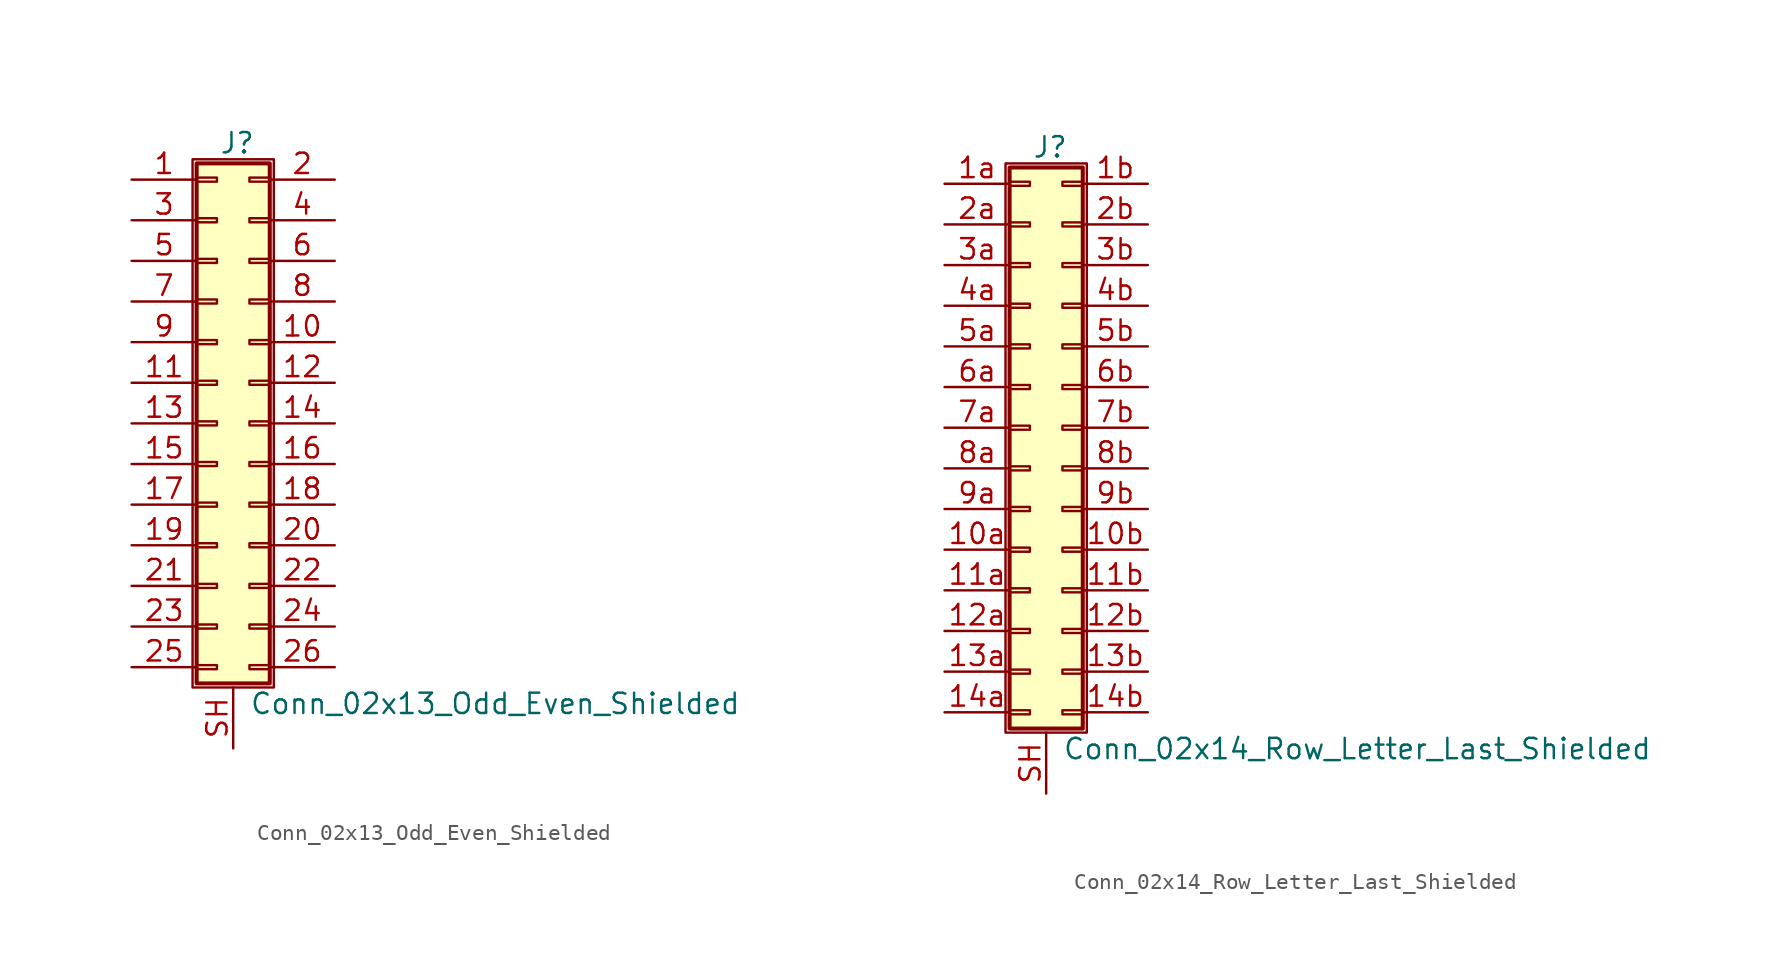
<source format=kicad_sym>
(kicad_symbol_lib
  (version 20201005)
  (generator kicad_symbol_editor)
  (symbol "Conn_02x13_Odd_Even_Shielded"
    (pin_names
      (offset 1.016) hide)
    (property "Reference" "J"
      (at 1.524 17.526 0)
      (effects (font (size 1.27 1.27))))
    (property "Value" "Conn_02x13_Odd_Even_Shielded"
      (at 2.286 -17.526 0)
      (effects (font (size 1.27 1.27)) (justify left)))
    (symbol "Conn_02x13_Odd_Even_Shielded_1_1"
      (rectangle (start -1.27 16.51) (end 3.81 -16.51) (stroke (width 0.152)) (fill (type none)))
      (rectangle (start -1.016 -15.113) (end 0.254 -15.367) (stroke (width 0.152)) (fill (type none)))
      (rectangle (start -1.016 -12.573) (end 0.254 -12.827) (stroke (width 0.152)) (fill (type none)))
      (rectangle (start -1.016 -10.033) (end 0.254 -10.287) (stroke (width 0.152)) (fill (type none)))
      (rectangle (start -1.016 -7.493) (end 0.254 -7.747) (stroke (width 0.152)) (fill (type none)))
      (rectangle (start -1.016 -4.953) (end 0.254 -5.207) (stroke (width 0.152)) (fill (type none)))
      (rectangle (start -1.016 -2.413) (end 0.254 -2.667) (stroke (width 0.152)) (fill (type none)))
      (rectangle (start -1.016 0.127) (end 0.254 -0.127) (stroke (width 0.152)) (fill (type none)))
      (rectangle (start -1.016 2.667) (end 0.254 2.413) (stroke (width 0.152)) (fill (type none)))
      (rectangle (start -1.016 5.207) (end 0.254 4.953) (stroke (width 0.152)) (fill (type none)))
      (rectangle (start -1.016 7.747) (end 0.254 7.493) (stroke (width 0.152)) (fill (type none)))
      (rectangle (start -1.016 10.287) (end 0.254 10.033) (stroke (width 0.152)) (fill (type none)))
      (rectangle (start -1.016 12.827) (end 0.254 12.573) (stroke (width 0.152)) (fill (type none)))
      (rectangle (start -1.016 15.367) (end 0.254 15.113) (stroke (width 0.152)) (fill (type none)))
      (rectangle (start 3.556 -15.113) (end 2.286 -15.367) (stroke (width 0.152)) (fill (type none)))
      (rectangle (start 3.556 -12.573) (end 2.286 -12.827) (stroke (width 0.152)) (fill (type none)))
      (rectangle (start 3.556 -10.033) (end 2.286 -10.287) (stroke (width 0.152)) (fill (type none)))
      (rectangle (start 3.556 -7.493) (end 2.286 -7.747) (stroke (width 0.152)) (fill (type none)))
      (rectangle (start 3.556 -4.953) (end 2.286 -5.207) (stroke (width 0.152)) (fill (type none)))
      (rectangle (start 3.556 -2.413) (end 2.286 -2.667) (stroke (width 0.152)) (fill (type none)))
      (rectangle (start 3.556 0.127) (end 2.286 -0.127) (stroke (width 0.152)) (fill (type none)))
      (rectangle (start 3.556 2.667) (end 2.286 2.413) (stroke (width 0.152)) (fill (type none)))
      (rectangle (start 3.556 5.207) (end 2.286 4.953) (stroke (width 0.152)) (fill (type none)))
      (rectangle (start 3.556 7.747) (end 2.286 7.493) (stroke (width 0.152)) (fill (type none)))
      (rectangle (start 3.556 10.287) (end 2.286 10.033) (stroke (width 0.152)) (fill (type none)))
      (rectangle (start 3.556 12.827) (end 2.286 12.573) (stroke (width 0.152)) (fill (type none)))
      (rectangle (start 3.556 15.367) (end 2.286 15.113) (stroke (width 0.152)) (fill (type none)))
      (rectangle (start -1.016 16.256) (end 3.556 -16.256) (stroke (width 0.254)) (fill (type background)))
      (pin passive line (at -5.08 15.24 0) (length 4.064) (name "Pin_1" (effects (font (size 1.27 1.27)))) (number "1" (effects (font (size 1.27 1.27)))))
      (pin passive line (at 7.62 5.08 180) (length 4.064) (name "Pin_10" (effects (font (size 1.27 1.27)))) (number "10" (effects (font (size 1.27 1.27)))))
      (pin passive line (at -5.08 2.54 0) (length 4.064) (name "Pin_11" (effects (font (size 1.27 1.27)))) (number "11" (effects (font (size 1.27 1.27)))))
      (pin passive line (at 7.62 2.54 180) (length 4.064) (name "Pin_12" (effects (font (size 1.27 1.27)))) (number "12" (effects (font (size 1.27 1.27)))))
      (pin passive line (at -5.08 0 0) (length 4.064) (name "Pin_13" (effects (font (size 1.27 1.27)))) (number "13" (effects (font (size 1.27 1.27)))))
      (pin passive line (at 7.62 0 180) (length 4.064) (name "Pin_14" (effects (font (size 1.27 1.27)))) (number "14" (effects (font (size 1.27 1.27)))))
      (pin passive line (at -5.08 -2.54 0) (length 4.064) (name "Pin_15" (effects (font (size 1.27 1.27)))) (number "15" (effects (font (size 1.27 1.27)))))
      (pin passive line (at 7.62 -2.54 180) (length 4.064) (name "Pin_16" (effects (font (size 1.27 1.27)))) (number "16" (effects (font (size 1.27 1.27)))))
      (pin passive line (at -5.08 -5.08 0) (length 4.064) (name "Pin_17" (effects (font (size 1.27 1.27)))) (number "17" (effects (font (size 1.27 1.27)))))
      (pin passive line (at 7.62 -5.08 180) (length 4.064) (name "Pin_18" (effects (font (size 1.27 1.27)))) (number "18" (effects (font (size 1.27 1.27)))))
      (pin passive line (at -5.08 -7.62 0) (length 4.064) (name "Pin_19" (effects (font (size 1.27 1.27)))) (number "19" (effects (font (size 1.27 1.27)))))
      (pin passive line (at 7.62 15.24 180) (length 4.064) (name "Pin_2" (effects (font (size 1.27 1.27)))) (number "2" (effects (font (size 1.27 1.27)))))
      (pin passive line (at 7.62 -7.62 180) (length 4.064) (name "Pin_20" (effects (font (size 1.27 1.27)))) (number "20" (effects (font (size 1.27 1.27)))))
      (pin passive line (at -5.08 -10.16 0) (length 4.064) (name "Pin_21" (effects (font (size 1.27 1.27)))) (number "21" (effects (font (size 1.27 1.27)))))
      (pin passive line (at 7.62 -10.16 180) (length 4.064) (name "Pin_22" (effects (font (size 1.27 1.27)))) (number "22" (effects (font (size 1.27 1.27)))))
      (pin passive line (at -5.08 -12.7 0) (length 4.064) (name "Pin_23" (effects (font (size 1.27 1.27)))) (number "23" (effects (font (size 1.27 1.27)))))
      (pin passive line (at 7.62 -12.7 180) (length 4.064) (name "Pin_24" (effects (font (size 1.27 1.27)))) (number "24" (effects (font (size 1.27 1.27)))))
      (pin passive line (at -5.08 -15.24 0) (length 4.064) (name "Pin_25" (effects (font (size 1.27 1.27)))) (number "25" (effects (font (size 1.27 1.27)))))
      (pin passive line (at 7.62 -15.24 180) (length 4.064) (name "Pin_26" (effects (font (size 1.27 1.27)))) (number "26" (effects (font (size 1.27 1.27)))))
      (pin passive line (at -5.08 12.7 0) (length 4.064) (name "Pin_3" (effects (font (size 1.27 1.27)))) (number "3" (effects (font (size 1.27 1.27)))))
      (pin passive line (at 7.62 12.7 180) (length 4.064) (name "Pin_4" (effects (font (size 1.27 1.27)))) (number "4" (effects (font (size 1.27 1.27)))))
      (pin passive line (at -5.08 10.16 0) (length 4.064) (name "Pin_5" (effects (font (size 1.27 1.27)))) (number "5" (effects (font (size 1.27 1.27)))))
      (pin passive line (at 7.62 10.16 180) (length 4.064) (name "Pin_6" (effects (font (size 1.27 1.27)))) (number "6" (effects (font (size 1.27 1.27)))))
      (pin passive line (at -5.08 7.62 0) (length 4.064) (name "Pin_7" (effects (font (size 1.27 1.27)))) (number "7" (effects (font (size 1.27 1.27)))))
      (pin passive line (at 7.62 7.62 180) (length 4.064) (name "Pin_8" (effects (font (size 1.27 1.27)))) (number "8" (effects (font (size 1.27 1.27)))))
      (pin passive line (at -5.08 5.08 0) (length 4.064) (name "Pin_9" (effects (font (size 1.27 1.27)))) (number "9" (effects (font (size 1.27 1.27)))))
      (pin passive line (at 1.27 -20.32 90) (length 3.81) (name "Shield" (effects (font (size 1.27 1.27)))) (number "SH" (effects (font (size 1.27 1.27)))))))
  (symbol "Conn_02x14_Row_Letter_Last_Shielded"
    (pin_names
      (offset 1.016) hide)
    (property "Reference" "J"
      (at 1.524 17.526 0)
      (effects (font (size 1.27 1.27))))
    (property "Value" "Conn_02x14_Row_Letter_Last_Shielded"
      (at 2.286 -20.066 0)
      (effects (font (size 1.27 1.27)) (justify left)))
    (symbol "Conn_02x14_Row_Letter_Last_Shielded_1_1"
      (rectangle (start -1.27 16.51) (end 3.81 -19.05) (stroke (width 0.152)) (fill (type none)))
      (rectangle (start -1.016 -17.653) (end 0.254 -17.907) (stroke (width 0.152)) (fill (type none)))
      (rectangle (start -1.016 -15.113) (end 0.254 -15.367) (stroke (width 0.152)) (fill (type none)))
      (rectangle (start -1.016 -12.573) (end 0.254 -12.827) (stroke (width 0.152)) (fill (type none)))
      (rectangle (start -1.016 -10.033) (end 0.254 -10.287) (stroke (width 0.152)) (fill (type none)))
      (rectangle (start -1.016 -7.493) (end 0.254 -7.747) (stroke (width 0.152)) (fill (type none)))
      (rectangle (start -1.016 -4.953) (end 0.254 -5.207) (stroke (width 0.152)) (fill (type none)))
      (rectangle (start -1.016 -2.413) (end 0.254 -2.667) (stroke (width 0.152)) (fill (type none)))
      (rectangle (start -1.016 0.127) (end 0.254 -0.127) (stroke (width 0.152)) (fill (type none)))
      (rectangle (start -1.016 2.667) (end 0.254 2.413) (stroke (width 0.152)) (fill (type none)))
      (rectangle (start -1.016 5.207) (end 0.254 4.953) (stroke (width 0.152)) (fill (type none)))
      (rectangle (start -1.016 7.747) (end 0.254 7.493) (stroke (width 0.152)) (fill (type none)))
      (rectangle (start -1.016 10.287) (end 0.254 10.033) (stroke (width 0.152)) (fill (type none)))
      (rectangle (start -1.016 12.827) (end 0.254 12.573) (stroke (width 0.152)) (fill (type none)))
      (rectangle (start -1.016 15.367) (end 0.254 15.113) (stroke (width 0.152)) (fill (type none)))
      (rectangle (start 3.556 -17.653) (end 2.286 -17.907) (stroke (width 0.152)) (fill (type none)))
      (rectangle (start 3.556 -15.113) (end 2.286 -15.367) (stroke (width 0.152)) (fill (type none)))
      (rectangle (start 3.556 -12.573) (end 2.286 -12.827) (stroke (width 0.152)) (fill (type none)))
      (rectangle (start 3.556 -10.033) (end 2.286 -10.287) (stroke (width 0.152)) (fill (type none)))
      (rectangle (start 3.556 -7.493) (end 2.286 -7.747) (stroke (width 0.152)) (fill (type none)))
      (rectangle (start 3.556 -4.953) (end 2.286 -5.207) (stroke (width 0.152)) (fill (type none)))
      (rectangle (start 3.556 -2.413) (end 2.286 -2.667) (stroke (width 0.152)) (fill (type none)))
      (rectangle (start 3.556 0.127) (end 2.286 -0.127) (stroke (width 0.152)) (fill (type none)))
      (rectangle (start 3.556 2.667) (end 2.286 2.413) (stroke (width 0.152)) (fill (type none)))
      (rectangle (start 3.556 5.207) (end 2.286 4.953) (stroke (width 0.152)) (fill (type none)))
      (rectangle (start 3.556 7.747) (end 2.286 7.493) (stroke (width 0.152)) (fill (type none)))
      (rectangle (start 3.556 10.287) (end 2.286 10.033) (stroke (width 0.152)) (fill (type none)))
      (rectangle (start 3.556 12.827) (end 2.286 12.573) (stroke (width 0.152)) (fill (type none)))
      (rectangle (start 3.556 15.367) (end 2.286 15.113) (stroke (width 0.152)) (fill (type none)))
      (rectangle (start -1.016 16.256) (end 3.556 -18.796) (stroke (width 0.254)) (fill (type background)))
      (pin passive line (at -5.08 -7.62 0) (length 4.064) (name "Pin_10a" (effects (font (size 1.27 1.27)))) (number "10a" (effects (font (size 1.27 1.27)))))
      (pin passive line (at 7.62 -7.62 180) (length 4.064) (name "Pin_10b" (effects (font (size 1.27 1.27)))) (number "10b" (effects (font (size 1.27 1.27)))))
      (pin passive line (at -5.08 -10.16 0) (length 4.064) (name "Pin_11a" (effects (font (size 1.27 1.27)))) (number "11a" (effects (font (size 1.27 1.27)))))
      (pin passive line (at 7.62 -10.16 180) (length 4.064) (name "Pin_11b" (effects (font (size 1.27 1.27)))) (number "11b" (effects (font (size 1.27 1.27)))))
      (pin passive line (at -5.08 -12.7 0) (length 4.064) (name "Pin_12a" (effects (font (size 1.27 1.27)))) (number "12a" (effects (font (size 1.27 1.27)))))
      (pin passive line (at 7.62 -12.7 180) (length 4.064) (name "Pin_12b" (effects (font (size 1.27 1.27)))) (number "12b" (effects (font (size 1.27 1.27)))))
      (pin passive line (at -5.08 -15.24 0) (length 4.064) (name "Pin_13a" (effects (font (size 1.27 1.27)))) (number "13a" (effects (font (size 1.27 1.27)))))
      (pin passive line (at 7.62 -15.24 180) (length 4.064) (name "Pin_13b" (effects (font (size 1.27 1.27)))) (number "13b" (effects (font (size 1.27 1.27)))))
      (pin passive line (at -5.08 -17.78 0) (length 4.064) (name "Pin_14a" (effects (font (size 1.27 1.27)))) (number "14a" (effects (font (size 1.27 1.27)))))
      (pin passive line (at 7.62 -17.78 180) (length 4.064) (name "Pin_14b" (effects (font (size 1.27 1.27)))) (number "14b" (effects (font (size 1.27 1.27)))))
      (pin passive line (at -5.08 15.24 0) (length 4.064) (name "Pin_1a" (effects (font (size 1.27 1.27)))) (number "1a" (effects (font (size 1.27 1.27)))))
      (pin passive line (at 7.62 15.24 180) (length 4.064) (name "Pin_1b" (effects (font (size 1.27 1.27)))) (number "1b" (effects (font (size 1.27 1.27)))))
      (pin passive line (at -5.08 12.7 0) (length 4.064) (name "Pin_2a" (effects (font (size 1.27 1.27)))) (number "2a" (effects (font (size 1.27 1.27)))))
      (pin passive line (at 7.62 12.7 180) (length 4.064) (name "Pin_2b" (effects (font (size 1.27 1.27)))) (number "2b" (effects (font (size 1.27 1.27)))))
      (pin passive line (at -5.08 10.16 0) (length 4.064) (name "Pin_3a" (effects (font (size 1.27 1.27)))) (number "3a" (effects (font (size 1.27 1.27)))))
      (pin passive line (at 7.62 10.16 180) (length 4.064) (name "Pin_3b" (effects (font (size 1.27 1.27)))) (number "3b" (effects (font (size 1.27 1.27)))))
      (pin passive line (at -5.08 7.62 0) (length 4.064) (name "Pin_4a" (effects (font (size 1.27 1.27)))) (number "4a" (effects (font (size 1.27 1.27)))))
      (pin passive line (at 7.62 7.62 180) (length 4.064) (name "Pin_4b" (effects (font (size 1.27 1.27)))) (number "4b" (effects (font (size 1.27 1.27)))))
      (pin passive line (at -5.08 5.08 0) (length 4.064) (name "Pin_5a" (effects (font (size 1.27 1.27)))) (number "5a" (effects (font (size 1.27 1.27)))))
      (pin passive line (at 7.62 5.08 180) (length 4.064) (name "Pin_5b" (effects (font (size 1.27 1.27)))) (number "5b" (effects (font (size 1.27 1.27)))))
      (pin passive line (at -5.08 2.54 0) (length 4.064) (name "Pin_6a" (effects (font (size 1.27 1.27)))) (number "6a" (effects (font (size 1.27 1.27)))))
      (pin passive line (at 7.62 2.54 180) (length 4.064) (name "Pin_6b" (effects (font (size 1.27 1.27)))) (number "6b" (effects (font (size 1.27 1.27)))))
      (pin passive line (at -5.08 0 0) (length 4.064) (name "Pin_7a" (effects (font (size 1.27 1.27)))) (number "7a" (effects (font (size 1.27 1.27)))))
      (pin passive line (at 7.62 0 180) (length 4.064) (name "Pin_7b" (effects (font (size 1.27 1.27)))) (number "7b" (effects (font (size 1.27 1.27)))))
      (pin passive line (at -5.08 -2.54 0) (length 4.064) (name "Pin_8a" (effects (font (size 1.27 1.27)))) (number "8a" (effects (font (size 1.27 1.27)))))
      (pin passive line (at 7.62 -2.54 180) (length 4.064) (name "Pin_8b" (effects (font (size 1.27 1.27)))) (number "8b" (effects (font (size 1.27 1.27)))))
      (pin passive line (at -5.08 -5.08 0) (length 4.064) (name "Pin_9a" (effects (font (size 1.27 1.27)))) (number "9a" (effects (font (size 1.27 1.27)))))
      (pin passive line (at 7.62 -5.08 180) (length 4.064) (name "Pin_9b" (effects (font (size 1.27 1.27)))) (number "9b" (effects (font (size 1.27 1.27)))))
      (pin passive line (at 1.27 -22.86 90) (length 3.81) (name "Shield" (effects (font (size 1.27 1.27)))) (number "SH" (effects (font (size 1.27 1.27))))))))
</source>
